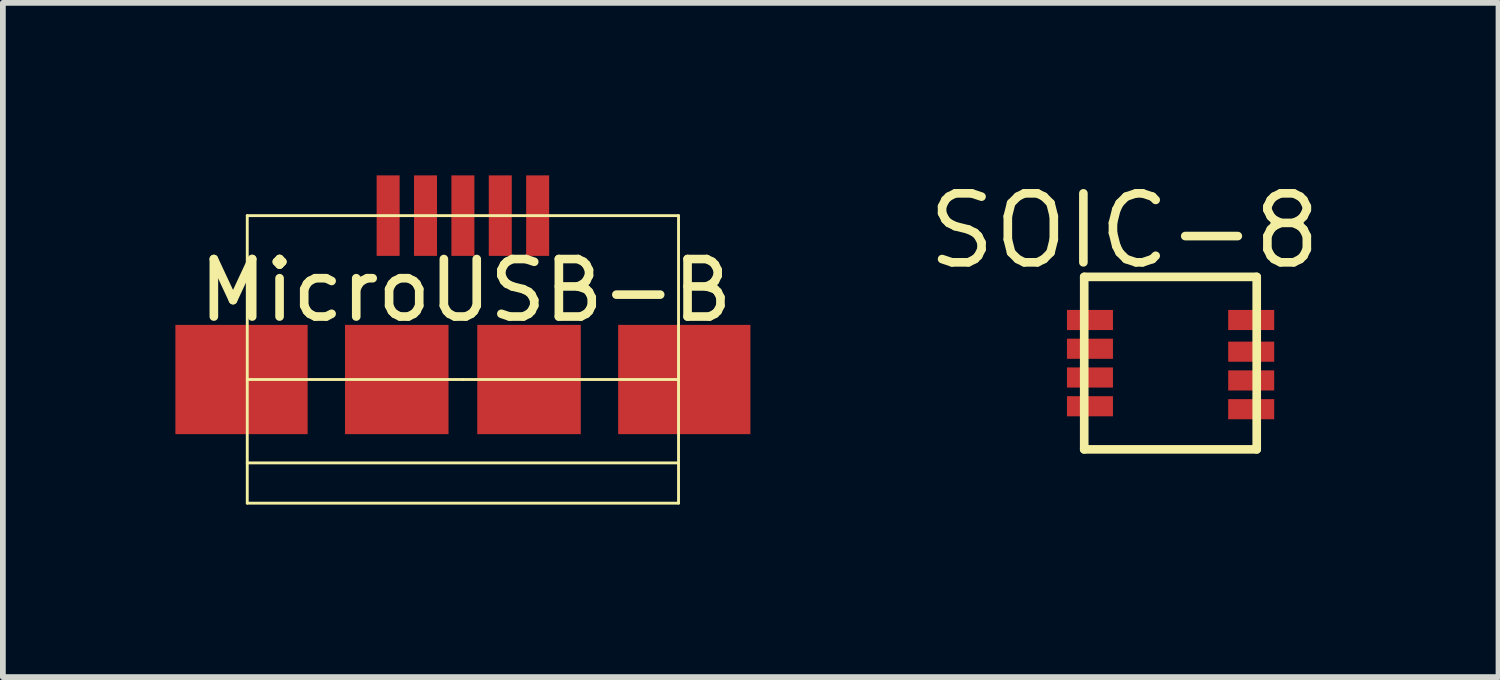
<source format=kicad_pcb>
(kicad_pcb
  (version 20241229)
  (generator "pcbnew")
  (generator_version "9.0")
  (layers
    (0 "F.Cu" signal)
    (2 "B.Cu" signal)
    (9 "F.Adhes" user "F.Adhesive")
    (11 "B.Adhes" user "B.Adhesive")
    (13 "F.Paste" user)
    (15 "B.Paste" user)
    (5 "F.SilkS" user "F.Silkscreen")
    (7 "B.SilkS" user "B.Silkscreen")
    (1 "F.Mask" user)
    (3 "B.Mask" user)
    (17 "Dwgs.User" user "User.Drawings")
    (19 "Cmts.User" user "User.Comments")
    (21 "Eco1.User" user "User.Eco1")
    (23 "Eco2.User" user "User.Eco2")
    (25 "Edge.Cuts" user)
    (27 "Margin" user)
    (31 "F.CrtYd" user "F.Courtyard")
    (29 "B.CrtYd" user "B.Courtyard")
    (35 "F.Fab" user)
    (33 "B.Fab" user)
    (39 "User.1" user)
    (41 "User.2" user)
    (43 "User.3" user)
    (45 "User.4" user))
  (footprint "MicroUSB-B"
    (layer "F.Cu")
    (at 5 3.55)
    (property "Reference" "MicroUSB-B" (at 0.05 -1.55 0) (layer "F.SilkS") (effects (font (size 1 1) (thickness 0.15))))
    (attr through_hole)
    (fp_line (start -3.75 -2.85) (end 3.75 -2.85) (stroke (width 0.05) (type solid)) (layer "F.SilkS"))
    (fp_line (start -3.75 0) (end 0 0) (stroke (width 0.05) (type solid)) (layer "F.SilkS"))
    (fp_line (start -3.75 1.45) (end 3.75 1.45) (stroke (width 0.05) (type solid)) (layer "F.SilkS"))
    (fp_line (start -3.75 2.15) (end -3.75 -2.85) (stroke (width 0.05) (type solid)) (layer "F.SilkS"))
    (fp_line (start -3.75 2.15) (end 3.75 2.15) (stroke (width 0.05) (type solid)) (layer "F.SilkS"))
    (fp_line (start 0 0) (end 3.75 0) (stroke (width 0.05) (type solid)) (layer "F.SilkS"))
    (fp_line (start 3.75 2.15) (end 3.75 -2.85) (stroke (width 0.05) (type solid)) (layer "F.SilkS"))
    (pad "1" smd rect (at -1.3 -2.85) (size 0.4 1.4) (layers "F.Cu" "F.Mask" "F.Paste"))
    (pad "2" smd rect (at -0.65 -2.85) (size 0.4 1.4) (layers "F.Cu" "F.Mask" "F.Paste"))
    (pad "3" smd rect (at 0 -2.85) (size 0.4 1.4) (layers "F.Cu" "F.Mask" "F.Paste"))
    (pad "4" smd rect (at 0.65 -2.85) (size 0.4 1.4) (layers "F.Cu" "F.Mask" "F.Paste"))
    (pad "5" smd rect (at 1.3 -2.85) (size 0.4 1.4) (layers "F.Cu" "F.Mask" "F.Paste"))
    (pad "6" smd rect (at -3.85 0) (size 2.3 1.9) (layers "F.Cu" "F.Mask" "F.Paste"))
    (pad "6" smd rect (at -1.15 0) (size 1.8 1.9) (layers "F.Cu" "F.Mask" "F.Paste"))
    (pad "6" smd rect (at 1.15 0) (size 1.8 1.9) (layers "F.Cu" "F.Mask" "F.Paste"))
    (pad "6" smd rect (at 3.85 0 180) (size 2.3 1.9) (layers "F.Cu" "F.Mask" "F.Paste")))
  (footprint "SOIC-8"
    (layer "F.Cu")
    (at 15.805 4.765)
    (property "Reference" "SOIC-8" (at 0.7 -3.8 180) (layer "F.SilkS") (effects (font (size 1.2 1.2) (thickness 0.15))))
    (attr through_hole)
    (fp_line (start 0 -3) (end 0 0) (stroke (width 0.15) (type solid)) (layer "F.SilkS"))
    (fp_line (start 0 0) (end 3 0) (stroke (width 0.15) (type solid)) (layer "F.SilkS"))
    (fp_line (start 3 -3) (end 0 -3) (stroke (width 0.15) (type solid)) (layer "F.SilkS"))
    (fp_line (start 3 0) (end 3 -3) (stroke (width 0.15) (type solid)) (layer "F.SilkS"))
    (pad "1" smd rect (at 0.1 -2.25 270) (size 0.35 0.8) (layers "F.Cu" "F.Mask" "F.Paste"))
    (pad "2" smd rect (at 0.1 -1.75 270) (size 0.35 0.8) (layers "F.Cu" "F.Mask" "F.Paste"))
    (pad "3" smd rect (at 0.1 -1.25 270) (size 0.35 0.8) (layers "F.Cu" "F.Mask" "F.Paste"))
    (pad "4" smd rect (at 0.1 -0.75 270) (size 0.35 0.8) (layers "F.Cu" "F.Mask" "F.Paste"))
    (pad "5" smd rect (at 2.904 -0.699 270) (size 0.35 0.8) (layers "F.Cu" "F.Mask" "F.Paste"))
    (pad "6" smd rect (at 2.904 -1.199 270) (size 0.35 0.8) (layers "F.Cu" "F.Mask" "F.Paste"))
    (pad "7" smd rect (at 2.904 -1.699 270) (size 0.35 0.8) (layers "F.Cu" "F.Mask" "F.Paste"))
    (pad "8" smd rect (at 2.904 -2.25 270) (size 0.35 0.8) (layers "F.Cu" "F.Mask" "F.Paste")))
  (gr_rect
    (start -3 -3)
    (end 23.01 8.725)
    (stroke (width 0.1) (type default))
    (fill no)
    (layer "Edge.Cuts")))
</source>
